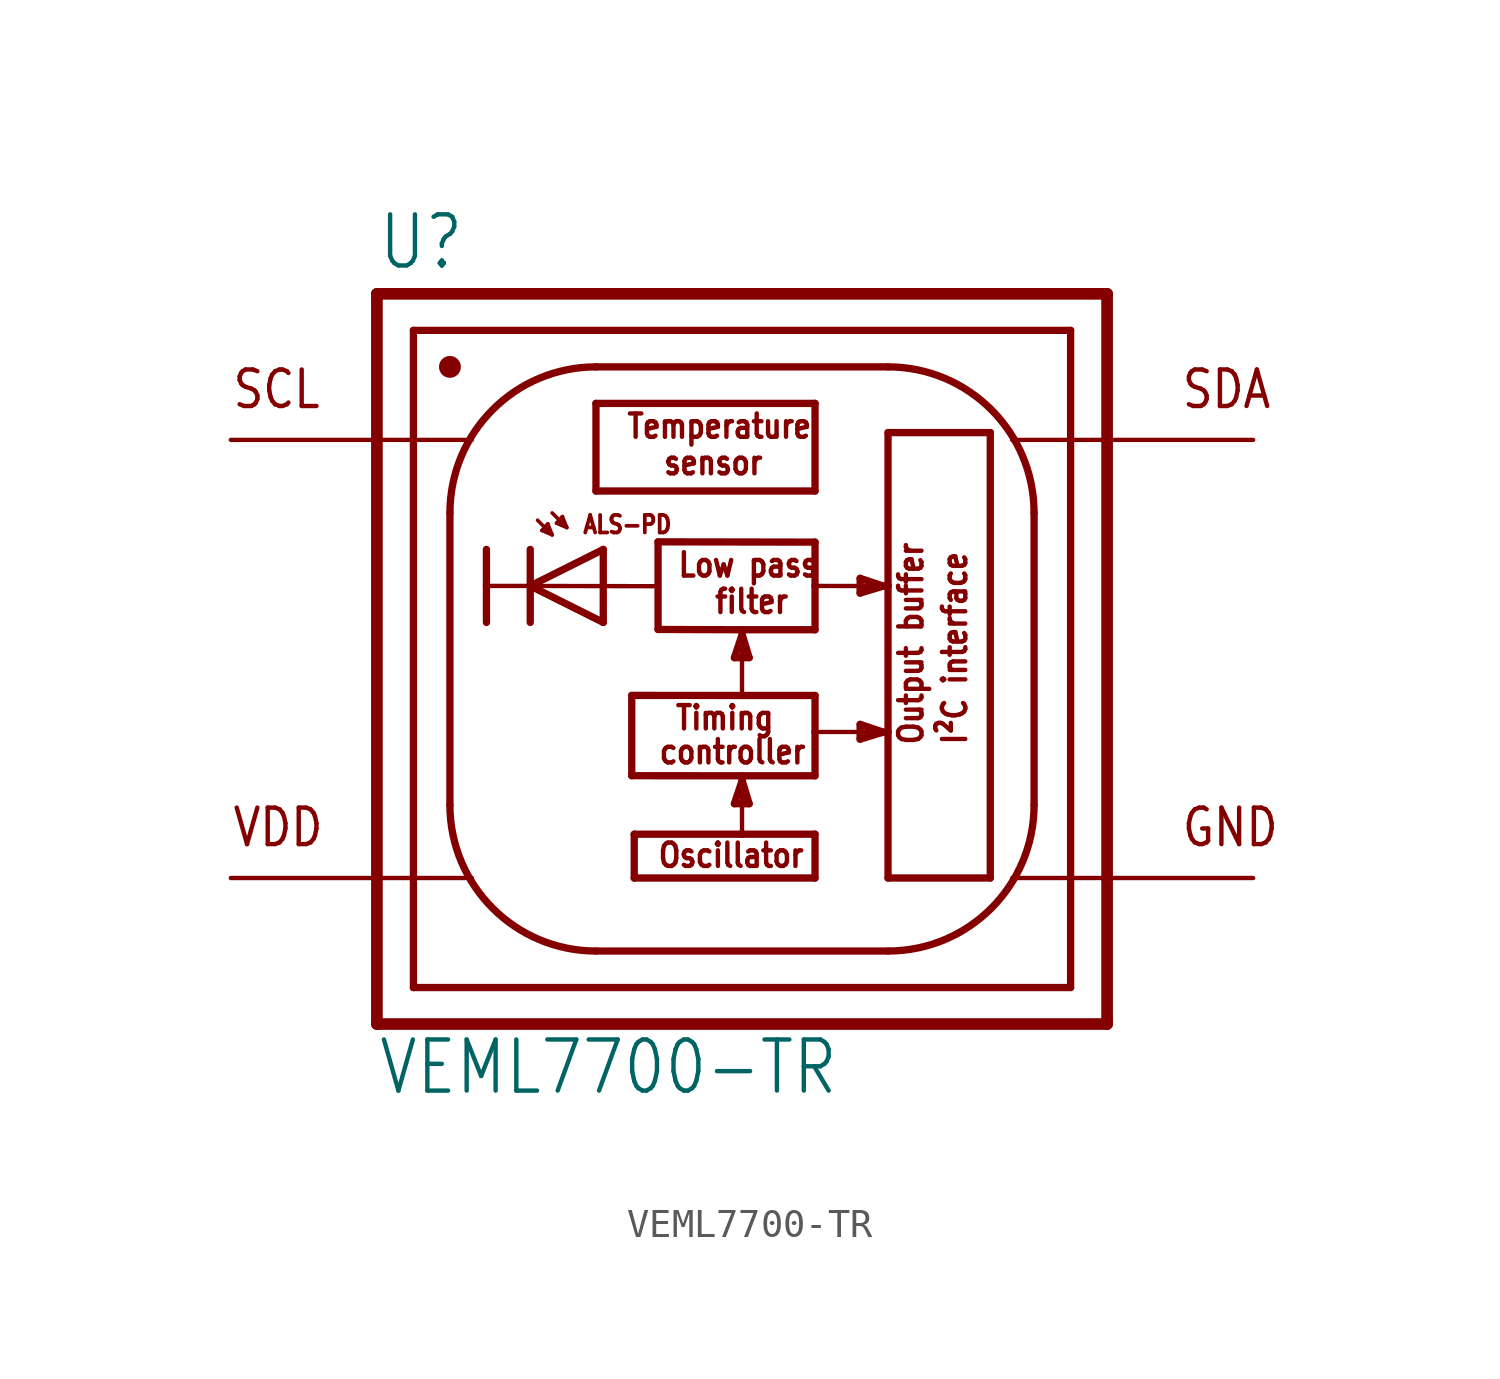
<source format=kicad_sym>
(kicad_symbol_lib
  (version 20211014)
  (generator kicad_symbol_editor)
  (symbol "VEML7700-TR"
    (property "Reference" "U"
      (at -12.7 13.462 0)
      (effects (font (size 1.778 1.511)) (justify left bottom)))
    (property "Value" "VEML7700-TR"
      (at -12.7 -15.24 0)
      (effects (font (size 1.778 1.511)) (justify left bottom)))
    (property "ki_locked" ""
      (at 0 0 0)
      (effects (font (size 1.27 1.27))))
    (symbol "VEML7700-TR_1_0"
      (arc (start -10.16 -5.08) (mid -8.6721 -8.6721) (end -5.08 -10.16) (stroke (width 0.254) (type default) (color 0 0 0 0)) (fill (type none)))
      (circle (center -10.16 10.16) (radius 0.127) (stroke (width 0.254) (type default) (color 0 0 0 0)) (fill (type none)))
      (circle (center -10.16 10.16) (radius 0.254) (stroke (width 0.254) (type default) (color 0 0 0 0)) (fill (type none)))
      (arc (start -5.08 10.16) (mid -8.6721 8.6721) (end -10.16 5.08) (stroke (width 0.254) (type default) (color 0 0 0 0)) (fill (type none)))
      (polyline (pts (xy -12.7 -12.7) (xy -12.7 -7.62)) (stroke (width 0.406) (type default) (color 0 0 0 0)) (fill (type none)))
      (polyline (pts (xy -12.7 -7.62) (xy -12.7 7.62)) (stroke (width 0.406) (type default) (color 0 0 0 0)) (fill (type none)))
      (polyline (pts (xy -12.7 -7.62) (xy -11.43 -7.62)) (stroke (width 0.152) (type default) (color 0 0 0 0)) (fill (type none)))
      (polyline (pts (xy -12.7 7.62) (xy -12.7 12.7)) (stroke (width 0.406) (type default) (color 0 0 0 0)) (fill (type none)))
      (polyline (pts (xy -12.7 7.62) (xy -11.43 7.62)) (stroke (width 0.152) (type default) (color 0 0 0 0)) (fill (type none)))
      (polyline (pts (xy -12.7 12.7) (xy 12.7 12.7)) (stroke (width 0.406) (type default) (color 0 0 0 0)) (fill (type none)))
      (polyline (pts (xy -11.43 -11.43) (xy 11.43 -11.43)) (stroke (width 0.254) (type default) (color 0 0 0 0)) (fill (type none)))
      (polyline (pts (xy -11.43 -7.62) (xy -11.43 -11.43)) (stroke (width 0.254) (type default) (color 0 0 0 0)) (fill (type none)))
      (polyline (pts (xy -11.43 -7.62) (xy -9.398 -7.62)) (stroke (width 0.152) (type default) (color 0 0 0 0)) (fill (type none)))
      (polyline (pts (xy -11.43 7.62) (xy -11.43 -7.62)) (stroke (width 0.254) (type default) (color 0 0 0 0)) (fill (type none)))
      (polyline (pts (xy -11.43 7.62) (xy -9.398 7.62)) (stroke (width 0.152) (type default) (color 0 0 0 0)) (fill (type none)))
      (polyline (pts (xy -11.43 11.43) (xy -11.43 7.62)) (stroke (width 0.254) (type default) (color 0 0 0 0)) (fill (type none)))
      (polyline (pts (xy -10.16 5.08) (xy -10.16 -5.08)) (stroke (width 0.254) (type default) (color 0 0 0 0)) (fill (type none)))
      (polyline (pts (xy -8.89 2.54) (xy -8.89 1.27)) (stroke (width 0.254) (type default) (color 0 0 0 0)) (fill (type none)))
      (polyline (pts (xy -8.89 2.54) (xy -8.89 3.81)) (stroke (width 0.254) (type default) (color 0 0 0 0)) (fill (type none)))
      (polyline (pts (xy -7.366 1.27) (xy -7.366 2.54)) (stroke (width 0.254) (type default) (color 0 0 0 0)) (fill (type none)))
      (polyline (pts (xy -7.366 2.54) (xy -8.89 2.54)) (stroke (width 0.152) (type default) (color 0 0 0 0)) (fill (type none)))
      (polyline (pts (xy -7.366 2.54) (xy -7.366 3.81)) (stroke (width 0.254) (type default) (color 0 0 0 0)) (fill (type none)))
      (polyline (pts (xy -7.366 2.54) (xy -4.826 3.81)) (stroke (width 0.254) (type default) (color 0 0 0 0)) (fill (type none)))
      (polyline (pts (xy -7.366 2.54) (xy -2.879 2.53)) (stroke (width 0.152) (type default) (color 0 0 0 0)) (fill (type none)))
      (polyline (pts (xy -7.112 4.826) (xy -6.604 4.318)) (stroke (width 0.127) (type default) (color 0 0 0 0)) (fill (type none)))
      (polyline (pts (xy -6.96 4.47) (xy -6.756 4.699)) (stroke (width 0.127) (type default) (color 0 0 0 0)) (fill (type none)))
      (polyline (pts (xy -6.756 4.699) (xy -6.604 4.318)) (stroke (width 0.127) (type default) (color 0 0 0 0)) (fill (type none)))
      (polyline (pts (xy -6.604 4.318) (xy -6.96 4.47)) (stroke (width 0.127) (type default) (color 0 0 0 0)) (fill (type none)))
      (polyline (pts (xy -6.604 5.08) (xy -6.096 4.572)) (stroke (width 0.127) (type default) (color 0 0 0 0)) (fill (type none)))
      (polyline (pts (xy -6.452 4.724) (xy -6.248 4.953)) (stroke (width 0.127) (type default) (color 0 0 0 0)) (fill (type none)))
      (polyline (pts (xy -6.248 4.953) (xy -6.096 4.572)) (stroke (width 0.127) (type default) (color 0 0 0 0)) (fill (type none)))
      (polyline (pts (xy -6.096 4.572) (xy -6.452 4.724)) (stroke (width 0.127) (type default) (color 0 0 0 0)) (fill (type none)))
      (polyline (pts (xy -5.08 -10.16) (xy 5.08 -10.16)) (stroke (width 0.254) (type default) (color 0 0 0 0)) (fill (type none)))
      (polyline (pts (xy -5.08 5.842) (xy -5.08 8.89)) (stroke (width 0.254) (type default) (color 0 0 0 0)) (fill (type none)))
      (polyline (pts (xy -5.08 8.89) (xy 2.54 8.89)) (stroke (width 0.254) (type default) (color 0 0 0 0)) (fill (type none)))
      (polyline (pts (xy -4.826 1.27) (xy -7.366 2.54)) (stroke (width 0.254) (type default) (color 0 0 0 0)) (fill (type none)))
      (polyline (pts (xy -4.826 3.81) (xy -4.826 1.27)) (stroke (width 0.254) (type default) (color 0 0 0 0)) (fill (type none)))
      (polyline (pts (xy -3.835 -4.061) (xy 0 -4.064)) (stroke (width 0.254) (type default) (color 0 0 0 0)) (fill (type none)))
      (polyline (pts (xy -3.835 -1.268) (xy -3.835 -4.061)) (stroke (width 0.254) (type default) (color 0 0 0 0)) (fill (type none)))
      (polyline (pts (xy -3.749 -7.62) (xy 2.54 -7.62)) (stroke (width 0.254) (type default) (color 0 0 0 0)) (fill (type none)))
      (polyline (pts (xy -3.749 -6.096) (xy -3.749 -7.62)) (stroke (width 0.254) (type default) (color 0 0 0 0)) (fill (type none)))
      (polyline (pts (xy -2.92 1.026) (xy 0 1.016)) (stroke (width 0.254) (type default) (color 0 0 0 0)) (fill (type none)))
      (polyline (pts (xy -2.92 4.074) (xy -2.92 1.026)) (stroke (width 0.254) (type default) (color 0 0 0 0)) (fill (type none)))
      (polyline (pts (xy -0.264 -5.035) (xy 0.249 -5.036)) (stroke (width 0.254) (type default) (color 0 0 0 0)) (fill (type none)))
      (polyline (pts (xy -0.264 0.045) (xy 0.249 0.044)) (stroke (width 0.254) (type default) (color 0 0 0 0)) (fill (type none)))
      (polyline (pts (xy 0 -6.096) (xy -3.749 -6.096)) (stroke (width 0.254) (type default) (color 0 0 0 0)) (fill (type none)))
      (polyline (pts (xy 0 -6.096) (xy 0 -4.064)) (stroke (width 0.152) (type default) (color 0 0 0 0)) (fill (type none)))
      (polyline (pts (xy 0 -4.064) (xy 2.54 -4.064)) (stroke (width 0.254) (type default) (color 0 0 0 0)) (fill (type none)))
      (polyline (pts (xy 0 -1.27) (xy -3.835 -1.268)) (stroke (width 0.254) (type default) (color 0 0 0 0)) (fill (type none)))
      (polyline (pts (xy 0 -1.27) (xy 0 1.016)) (stroke (width 0.152) (type default) (color 0 0 0 0)) (fill (type none)))
      (polyline (pts (xy 0 1.016) (xy 2.54 1.016)) (stroke (width 0.254) (type default) (color 0 0 0 0)) (fill (type none)))
      (polyline (pts (xy 0.005 -4.229) (xy -0.264 -5.035)) (stroke (width 0.254) (type default) (color 0 0 0 0)) (fill (type none)))
      (polyline (pts (xy 0.005 0.851) (xy -0.264 0.045)) (stroke (width 0.254) (type default) (color 0 0 0 0)) (fill (type none)))
      (polyline (pts (xy 0.249 -5.036) (xy 0.005 -4.229)) (stroke (width 0.254) (type default) (color 0 0 0 0)) (fill (type none)))
      (polyline (pts (xy 0.249 0.044) (xy 0.005 0.851)) (stroke (width 0.254) (type default) (color 0 0 0 0)) (fill (type none)))
      (polyline (pts (xy 2.54 -7.62) (xy 2.54 -6.096)) (stroke (width 0.254) (type default) (color 0 0 0 0)) (fill (type none)))
      (polyline (pts (xy 2.54 -6.096) (xy 0 -6.096)) (stroke (width 0.254) (type default) (color 0 0 0 0)) (fill (type none)))
      (polyline (pts (xy 2.54 -4.064) (xy 2.54 -2.54)) (stroke (width 0.254) (type default) (color 0 0 0 0)) (fill (type none)))
      (polyline (pts (xy 2.54 -2.54) (xy 2.54 -1.27)) (stroke (width 0.254) (type default) (color 0 0 0 0)) (fill (type none)))
      (polyline (pts (xy 2.54 -2.54) (xy 5.08 -2.54)) (stroke (width 0.152) (type default) (color 0 0 0 0)) (fill (type none)))
      (polyline (pts (xy 2.54 -1.27) (xy 0 -1.27)) (stroke (width 0.254) (type default) (color 0 0 0 0)) (fill (type none)))
      (polyline (pts (xy 2.54 1.016) (xy 2.54 2.54)) (stroke (width 0.254) (type default) (color 0 0 0 0)) (fill (type none)))
      (polyline (pts (xy 2.54 2.54) (xy 2.54 4.064)) (stroke (width 0.254) (type default) (color 0 0 0 0)) (fill (type none)))
      (polyline (pts (xy 2.54 2.54) (xy 4.915 2.535)) (stroke (width 0.152) (type default) (color 0 0 0 0)) (fill (type none)))
      (polyline (pts (xy 2.54 4.064) (xy -2.92 4.074)) (stroke (width 0.254) (type default) (color 0 0 0 0)) (fill (type none)))
      (polyline (pts (xy 2.54 5.842) (xy -5.08 5.842)) (stroke (width 0.254) (type default) (color 0 0 0 0)) (fill (type none)))
      (polyline (pts (xy 2.54 8.89) (xy 2.54 5.842)) (stroke (width 0.254) (type default) (color 0 0 0 0)) (fill (type none)))
      (polyline (pts (xy 4.108 -2.789) (xy 4.915 -2.545)) (stroke (width 0.254) (type default) (color 0 0 0 0)) (fill (type none)))
      (polyline (pts (xy 4.108 2.291) (xy 4.915 2.535)) (stroke (width 0.254) (type default) (color 0 0 0 0)) (fill (type none)))
      (polyline (pts (xy 4.109 -2.276) (xy 4.108 -2.789)) (stroke (width 0.254) (type default) (color 0 0 0 0)) (fill (type none)))
      (polyline (pts (xy 4.109 2.804) (xy 4.108 2.291)) (stroke (width 0.254) (type default) (color 0 0 0 0)) (fill (type none)))
      (polyline (pts (xy 4.915 -2.545) (xy 4.109 -2.276)) (stroke (width 0.254) (type default) (color 0 0 0 0)) (fill (type none)))
      (polyline (pts (xy 4.915 2.535) (xy 4.109 2.804)) (stroke (width 0.254) (type default) (color 0 0 0 0)) (fill (type none)))
      (polyline (pts (xy 5.08 -7.62) (xy 5.08 -2.54)) (stroke (width 0.254) (type default) (color 0 0 0 0)) (fill (type none)))
      (polyline (pts (xy 5.08 -2.54) (xy 5.08 2.54)) (stroke (width 0.254) (type default) (color 0 0 0 0)) (fill (type none)))
      (polyline (pts (xy 5.08 2.54) (xy 4.915 2.535)) (stroke (width 0.254) (type default) (color 0 0 0 0)) (fill (type none)))
      (polyline (pts (xy 5.08 2.54) (xy 5.08 7.874)) (stroke (width 0.254) (type default) (color 0 0 0 0)) (fill (type none)))
      (polyline (pts (xy 5.08 7.874) (xy 8.636 7.874)) (stroke (width 0.254) (type default) (color 0 0 0 0)) (fill (type none)))
      (polyline (pts (xy 5.08 10.16) (xy -5.08 10.16)) (stroke (width 0.254) (type default) (color 0 0 0 0)) (fill (type none)))
      (polyline (pts (xy 8.636 -7.62) (xy 5.08 -7.62)) (stroke (width 0.254) (type default) (color 0 0 0 0)) (fill (type none)))
      (polyline (pts (xy 8.636 7.874) (xy 8.636 -7.62)) (stroke (width 0.254) (type default) (color 0 0 0 0)) (fill (type none)))
      (polyline (pts (xy 10.16 -5.08) (xy 10.16 5.08)) (stroke (width 0.254) (type default) (color 0 0 0 0)) (fill (type none)))
      (polyline (pts (xy 11.43 -11.43) (xy 11.43 -7.62)) (stroke (width 0.254) (type default) (color 0 0 0 0)) (fill (type none)))
      (polyline (pts (xy 11.43 -7.62) (xy 9.398 -7.62)) (stroke (width 0.152) (type default) (color 0 0 0 0)) (fill (type none)))
      (polyline (pts (xy 11.43 -7.62) (xy 11.43 7.62)) (stroke (width 0.254) (type default) (color 0 0 0 0)) (fill (type none)))
      (polyline (pts (xy 11.43 -7.62) (xy 12.7 -7.62)) (stroke (width 0.152) (type default) (color 0 0 0 0)) (fill (type none)))
      (polyline (pts (xy 11.43 7.62) (xy 9.398 7.62)) (stroke (width 0.152) (type default) (color 0 0 0 0)) (fill (type none)))
      (polyline (pts (xy 11.43 7.62) (xy 11.43 11.43)) (stroke (width 0.254) (type default) (color 0 0 0 0)) (fill (type none)))
      (polyline (pts (xy 11.43 7.62) (xy 12.7 7.62)) (stroke (width 0.152) (type default) (color 0 0 0 0)) (fill (type none)))
      (polyline (pts (xy 11.43 11.43) (xy -11.43 11.43)) (stroke (width 0.254) (type default) (color 0 0 0 0)) (fill (type none)))
      (polyline (pts (xy 12.7 -12.7) (xy -12.7 -12.7)) (stroke (width 0.406) (type default) (color 0 0 0 0)) (fill (type none)))
      (polyline (pts (xy 12.7 -7.62) (xy 12.7 -12.7)) (stroke (width 0.406) (type default) (color 0 0 0 0)) (fill (type none)))
      (polyline (pts (xy 12.7 7.62) (xy 12.7 -7.62)) (stroke (width 0.406) (type default) (color 0 0 0 0)) (fill (type none)))
      (polyline (pts (xy 12.7 12.7) (xy 12.7 7.62)) (stroke (width 0.406) (type default) (color 0 0 0 0)) (fill (type none)))
      (arc (start 5.08 -10.16) (mid 8.6721 -8.6721) (end 10.16 -5.08) (stroke (width 0.254) (type default) (color 0 0 0 0)) (fill (type none)))
      (arc (start 10.16 5.08) (mid 8.6721 8.6721) (end 5.08 10.16) (stroke (width 0.254) (type default) (color 0 0 0 0)) (fill (type none)))
      (text "ALS-PD" (at -5.588 4.318 0) (effects (font (size 0.61 0.518)) (justify left bottom)))
      (text "controller" (at -2.947 -3.706 0) (effects (font (size 0.813 0.691)) (justify left bottom)))
      (text "filter" (at -1.016 1.524 0) (effects (font (size 0.813 0.691)) (justify left bottom)))
      (text "GND" (at 15.24 -6.604 0) (effects (font (size 1.27 1.079)) (justify left bottom)))
      (text "I²C interface" (at 7.874 -3.048 900) (effects (font (size 0.813 0.691)) (justify left bottom)))
      (text "Low pass" (at -2.286 2.794 0) (effects (font (size 0.813 0.691)) (justify left bottom)))
      (text "Oscillator" (at -2.979 -7.307 0) (effects (font (size 0.813 0.691)) (justify left bottom)))
      (text "Output buffer" (at 6.35 -3.048 900) (effects (font (size 0.813 0.691)) (justify left bottom)))
      (text "SCL" (at -17.78 8.636 0) (effects (font (size 1.27 1.079)) (justify left bottom)))
      (text "SDA" (at 15.24 8.636 0) (effects (font (size 1.27 1.079)) (justify left bottom)))
      (text "sensor" (at -2.794 6.35 0) (effects (font (size 0.813 0.691)) (justify left bottom)))
      (text "Temperature" (at -4.064 7.62 0) (effects (font (size 0.813 0.691)) (justify left bottom)))
      (text "Timing " (at -2.38 -2.525 0) (effects (font (size 0.813 0.691)) (justify left bottom)))
      (text "VDD" (at -17.78 -6.604 0) (effects (font (size 1.27 1.079)) (justify left bottom)))
      (pin input line (at -17.78 7.62 0) (length 5.08) (name "SCL" (effects (font (size 0 0)))) (number "1" (effects (font (size 0 0)))))
      (pin power_in line (at -17.78 -7.62 0) (length 5.08) (name "VDD" (effects (font (size 0 0)))) (number "2" (effects (font (size 0 0)))))
      (pin power_in line (at 17.78 -7.62 180) (length 5.08) (name "GND" (effects (font (size 0 0)))) (number "3" (effects (font (size 0 0)))))
      (pin bidirectional line (at 17.78 7.62 180) (length 5.08) (name "SDA" (effects (font (size 0 0)))) (number "4" (effects (font (size 0 0))))))))
</source>
